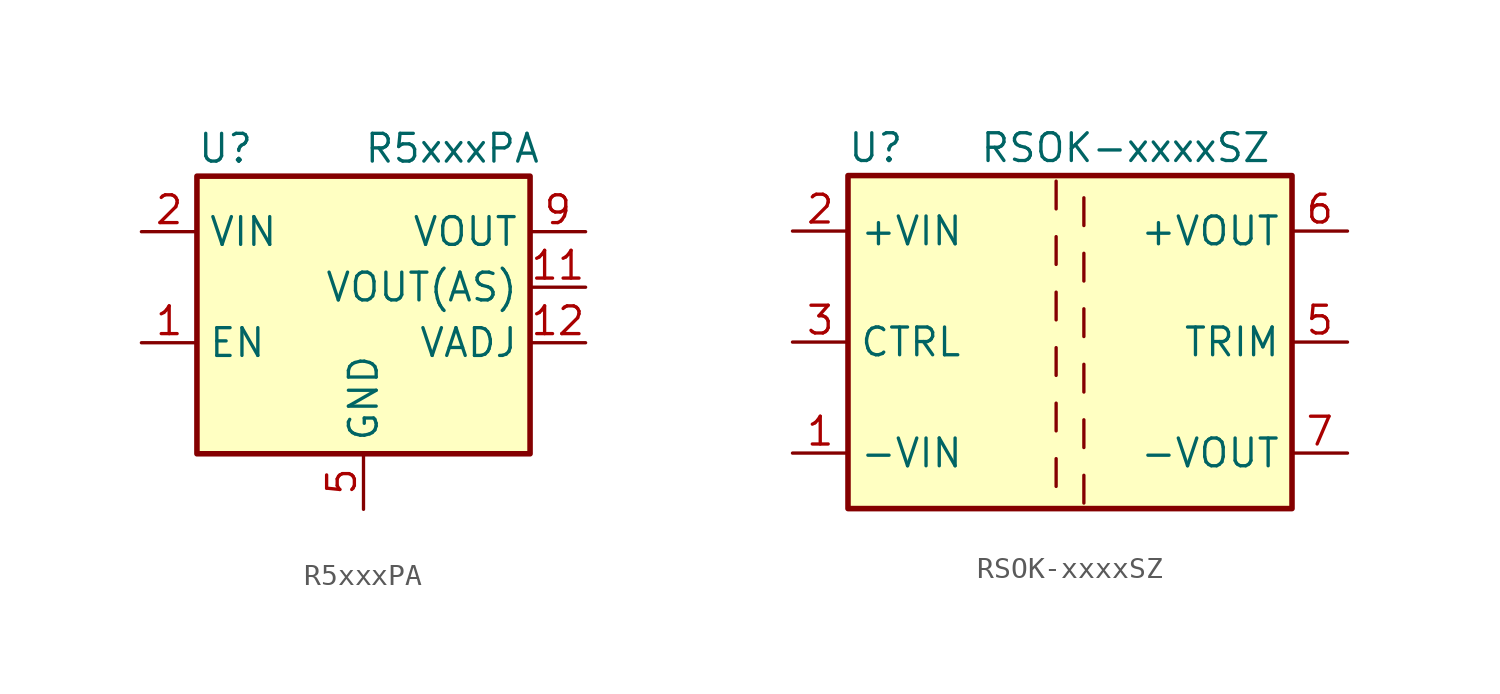
<source format=kicad_sym>
(kicad_symbol_lib
  (version 20231120)
  (generator "kicad_symbol_editor")
  (generator_version "8.0")
  (symbol "R5xxxPA"
    (property "Reference" "U"
      (at -7.62 6.35 0)
      (effects (font (size 1.27 1.27)) (justify left)))
    (property "Value" "R5xxxPA"
      (at 0 6.35 0)
      (effects (font (size 1.27 1.27)) (justify left)))
    (symbol "R5xxxPA_0_1"
      (rectangle (start -7.62 5.08) (end 7.62 -7.62) (stroke (width 0.254) (type default)) (fill (type background))))
    (symbol "R5xxxPA_1_1"
      (pin input line (at -10.16 -2.54 0) (length 2.54) (name "EN" (effects (font (size 1.27 1.27)))) (number "1" (effects (font (size 1.27 1.27)))))
      (pin passive line (at 10.16 2.54 180) (length 2.54) hide (name "VOUT" (effects (font (size 1.27 1.27)))) (number "10" (effects (font (size 1.27 1.27)))))
      (pin input line (at 10.16 0 180) (length 2.54) (name "VOUT(AS)" (effects (font (size 1.27 1.27)))) (number "11" (effects (font (size 1.27 1.27)))))
      (pin input line (at 10.16 -2.54 180) (length 2.54) (name "VADJ" (effects (font (size 1.27 1.27)))) (number "12" (effects (font (size 1.27 1.27)))))
      (pin power_in line (at -10.16 2.54 0) (length 2.54) (name "VIN" (effects (font (size 1.27 1.27)))) (number "2" (effects (font (size 1.27 1.27)))))
      (pin passive line (at -10.16 2.54 0) (length 2.54) hide (name "VIN" (effects (font (size 1.27 1.27)))) (number "3" (effects (font (size 1.27 1.27)))))
      (pin passive line (at -10.16 2.54 0) (length 2.54) hide (name "VIN" (effects (font (size 1.27 1.27)))) (number "4" (effects (font (size 1.27 1.27)))))
      (pin power_in line (at 0 -10.16 90) (length 2.54) (name "GND" (effects (font (size 1.27 1.27)))) (number "5" (effects (font (size 1.27 1.27)))))
      (pin passive line (at 0 -10.16 90) (length 2.54) hide (name "GND" (effects (font (size 1.27 1.27)))) (number "6" (effects (font (size 1.27 1.27)))))
      (pin passive line (at 0 -10.16 90) (length 2.54) hide (name "GND" (effects (font (size 1.27 1.27)))) (number "7" (effects (font (size 1.27 1.27)))))
      (pin passive line (at 0 -10.16 90) (length 2.54) hide (name "GND" (effects (font (size 1.27 1.27)))) (number "8" (effects (font (size 1.27 1.27)))))
      (pin power_out line (at 10.16 2.54 180) (length 2.54) (name "VOUT" (effects (font (size 1.27 1.27)))) (number "9" (effects (font (size 1.27 1.27)))))))
  (symbol "RSOK-xxxxSZ"
    (property "Reference" "U"
      (at -8.89 8.89 0)
      (effects (font (size 1.27 1.27))))
    (property "Value" "RSOK-xxxxSZ"
      (at 2.54 8.89 0)
      (effects (font (size 1.27 1.27))))
    (symbol "RSOK-xxxxSZ_0_1"
      (rectangle (start -10.16 7.62) (end 10.16 -7.62) (stroke (width 0.254) (type default)) (fill (type background)))
      (polyline (pts (xy -0.635 -5.334) (xy -0.635 -6.604)) (stroke (width 0) (type default)) (fill (type none)))
      (polyline (pts (xy -0.635 -2.794) (xy -0.635 -4.064)) (stroke (width 0) (type default)) (fill (type none)))
      (polyline (pts (xy -0.635 -0.254) (xy -0.635 -1.524)) (stroke (width 0) (type default)) (fill (type none)))
      (polyline (pts (xy -0.635 2.286) (xy -0.635 1.016)) (stroke (width 0) (type default)) (fill (type none)))
      (polyline (pts (xy -0.635 4.826) (xy -0.635 3.556)) (stroke (width 0) (type default)) (fill (type none)))
      (polyline (pts (xy -0.635 7.366) (xy -0.635 6.096)) (stroke (width 0) (type default)) (fill (type none)))
      (polyline (pts (xy 0.635 -7.366) (xy 0.635 -6.096)) (stroke (width 0) (type default)) (fill (type none)))
      (polyline (pts (xy 0.635 -4.826) (xy 0.635 -3.556)) (stroke (width 0) (type default)) (fill (type none)))
      (polyline (pts (xy 0.635 -2.286) (xy 0.635 -1.016)) (stroke (width 0) (type default)) (fill (type none)))
      (polyline (pts (xy 0.635 0.254) (xy 0.635 1.524)) (stroke (width 0) (type default)) (fill (type none)))
      (polyline (pts (xy 0.635 2.794) (xy 0.635 4.064)) (stroke (width 0) (type default)) (fill (type none)))
      (polyline (pts (xy 0.635 5.334) (xy 0.635 6.604)) (stroke (width 0) (type default)) (fill (type none))))
    (symbol "RSOK-xxxxSZ_1_1"
      (pin power_in line (at -12.7 -5.08 0) (length 2.54) (name "-VIN" (effects (font (size 1.27 1.27)))) (number "1" (effects (font (size 1.27 1.27)))))
      (pin power_in line (at -12.7 5.08 0) (length 2.54) (name "+VIN" (effects (font (size 1.27 1.27)))) (number "2" (effects (font (size 1.27 1.27)))))
      (pin input line (at -12.7 0 0) (length 2.54) (name "CTRL" (effects (font (size 1.27 1.27)))) (number "3" (effects (font (size 1.27 1.27)))))
      (pin input line (at 12.7 0 180) (length 2.54) (name "TRIM" (effects (font (size 1.27 1.27)))) (number "5" (effects (font (size 1.27 1.27)))))
      (pin power_out line (at 12.7 5.08 180) (length 2.54) (name "+VOUT" (effects (font (size 1.27 1.27)))) (number "6" (effects (font (size 1.27 1.27)))))
      (pin power_out line (at 12.7 -5.08 180) (length 2.54) (name "-VOUT" (effects (font (size 1.27 1.27)))) (number "7" (effects (font (size 1.27 1.27))))))))
</source>
